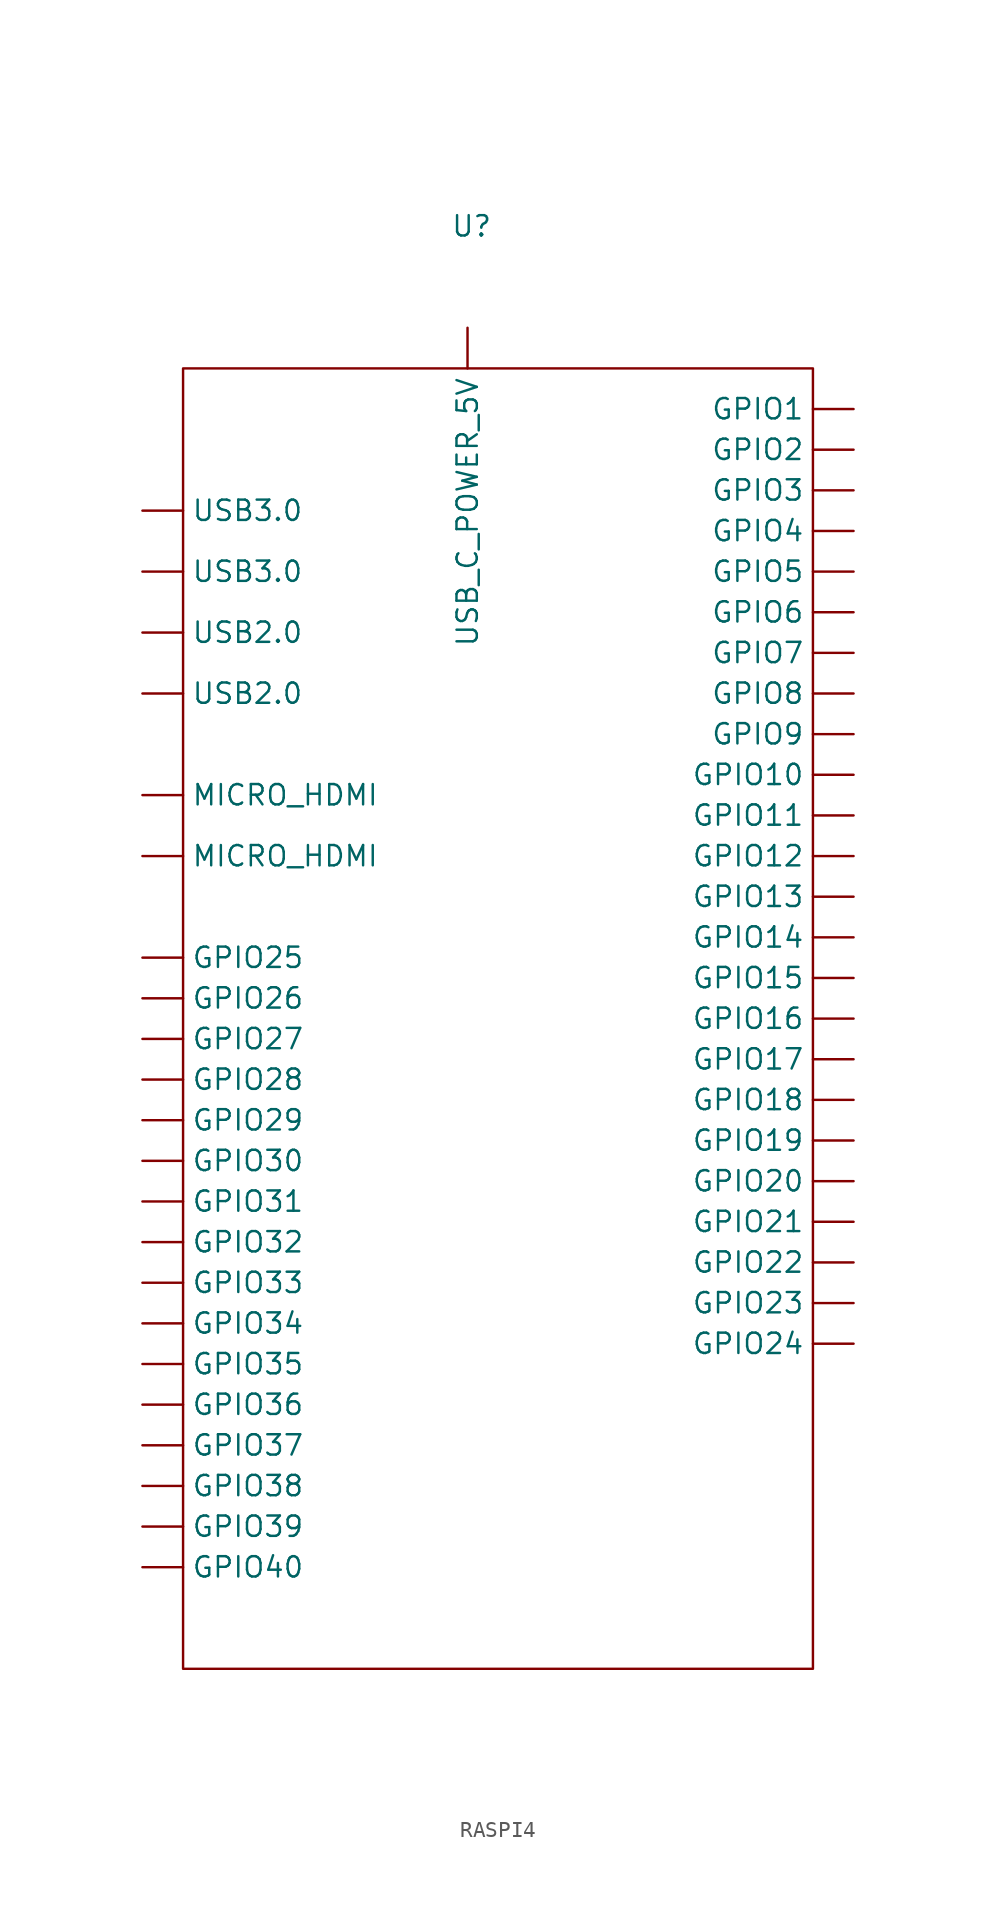
<source format=kicad_sym>
(kicad_symbol_lib
  (version 20231120)
  (generator "kicad_symbol_editor")
  (generator_version "8.0")
  (symbol "RASPI4"
    (property "Reference" "U"
      (at -14.986 5.08 0)
      (effects (font (size 1.27 1.27))))
    (property "Value" ""
      (at -4.064 -1.016 0)
      (effects (font (size 1.27 1.27))))
    (symbol "RASPI4_0_1"
      (rectangle (start -33.02 -3.81) (end 6.35 -85.09) (stroke (width 0) (type default)) (fill (type none))))
    (symbol "RASPI4_1_1"
      (pin input line (at 8.89 -6.35 180) (length 2.54) (name "GPIO1" (effects (font (size 1.27 1.27)))) (number "" (effects (font (size 1.27 1.27)))))
      (pin input line (at 8.89 -29.21 180) (length 2.54) (name "GPIO10" (effects (font (size 1.27 1.27)))) (number "" (effects (font (size 1.27 1.27)))))
      (pin input line (at 8.89 -31.75 180) (length 2.54) (name "GPIO11" (effects (font (size 1.27 1.27)))) (number "" (effects (font (size 1.27 1.27)))))
      (pin input line (at 8.89 -34.29 180) (length 2.54) (name "GPIO12" (effects (font (size 1.27 1.27)))) (number "" (effects (font (size 1.27 1.27)))))
      (pin input line (at 8.89 -36.83 180) (length 2.54) (name "GPIO13" (effects (font (size 1.27 1.27)))) (number "" (effects (font (size 1.27 1.27)))))
      (pin input line (at 8.89 -39.37 180) (length 2.54) (name "GPIO14" (effects (font (size 1.27 1.27)))) (number "" (effects (font (size 1.27 1.27)))))
      (pin input line (at 8.89 -41.91 180) (length 2.54) (name "GPIO15" (effects (font (size 1.27 1.27)))) (number "" (effects (font (size 1.27 1.27)))))
      (pin input line (at 8.89 -44.45 180) (length 2.54) (name "GPIO16" (effects (font (size 1.27 1.27)))) (number "" (effects (font (size 1.27 1.27)))))
      (pin input line (at 8.89 -46.99 180) (length 2.54) (name "GPIO17" (effects (font (size 1.27 1.27)))) (number "" (effects (font (size 1.27 1.27)))))
      (pin input line (at 8.89 -49.53 180) (length 2.54) (name "GPIO18" (effects (font (size 1.27 1.27)))) (number "" (effects (font (size 1.27 1.27)))))
      (pin input line (at 8.89 -52.07 180) (length 2.54) (name "GPIO19" (effects (font (size 1.27 1.27)))) (number "" (effects (font (size 1.27 1.27)))))
      (pin input line (at 8.89 -8.89 180) (length 2.54) (name "GPIO2" (effects (font (size 1.27 1.27)))) (number "" (effects (font (size 1.27 1.27)))))
      (pin input line (at 8.89 -54.61 180) (length 2.54) (name "GPIO20" (effects (font (size 1.27 1.27)))) (number "" (effects (font (size 1.27 1.27)))))
      (pin input line (at 8.89 -57.15 180) (length 2.54) (name "GPIO21" (effects (font (size 1.27 1.27)))) (number "" (effects (font (size 1.27 1.27)))))
      (pin input line (at 8.89 -59.69 180) (length 2.54) (name "GPIO22" (effects (font (size 1.27 1.27)))) (number "" (effects (font (size 1.27 1.27)))))
      (pin input line (at 8.89 -62.23 180) (length 2.54) (name "GPIO23" (effects (font (size 1.27 1.27)))) (number "" (effects (font (size 1.27 1.27)))))
      (pin input line (at 8.89 -64.77 180) (length 2.54) (name "GPIO24" (effects (font (size 1.27 1.27)))) (number "" (effects (font (size 1.27 1.27)))))
      (pin input line (at -35.56 -40.64 0) (length 2.54) (name "GPIO25" (effects (font (size 1.27 1.27)))) (number "" (effects (font (size 1.27 1.27)))))
      (pin input line (at -35.56 -43.18 0) (length 2.54) (name "GPIO26" (effects (font (size 1.27 1.27)))) (number "" (effects (font (size 1.27 1.27)))))
      (pin input line (at -35.56 -45.72 0) (length 2.54) (name "GPIO27" (effects (font (size 1.27 1.27)))) (number "" (effects (font (size 1.27 1.27)))))
      (pin input line (at -35.56 -48.26 0) (length 2.54) (name "GPIO28" (effects (font (size 1.27 1.27)))) (number "" (effects (font (size 1.27 1.27)))))
      (pin input line (at -35.56 -50.8 0) (length 2.54) (name "GPIO29" (effects (font (size 1.27 1.27)))) (number "" (effects (font (size 1.27 1.27)))))
      (pin input line (at 8.89 -11.43 180) (length 2.54) (name "GPIO3" (effects (font (size 1.27 1.27)))) (number "" (effects (font (size 1.27 1.27)))))
      (pin input line (at -35.56 -53.34 0) (length 2.54) (name "GPIO30" (effects (font (size 1.27 1.27)))) (number "" (effects (font (size 1.27 1.27)))))
      (pin input line (at -35.56 -55.88 0) (length 2.54) (name "GPIO31" (effects (font (size 1.27 1.27)))) (number "" (effects (font (size 1.27 1.27)))))
      (pin input line (at -35.56 -58.42 0) (length 2.54) (name "GPIO32" (effects (font (size 1.27 1.27)))) (number "" (effects (font (size 1.27 1.27)))))
      (pin input line (at -35.56 -60.96 0) (length 2.54) (name "GPIO33" (effects (font (size 1.27 1.27)))) (number "" (effects (font (size 1.27 1.27)))))
      (pin input line (at -35.56 -63.5 0) (length 2.54) (name "GPIO34" (effects (font (size 1.27 1.27)))) (number "" (effects (font (size 1.27 1.27)))))
      (pin input line (at -35.56 -66.04 0) (length 2.54) (name "GPIO35" (effects (font (size 1.27 1.27)))) (number "" (effects (font (size 1.27 1.27)))))
      (pin input line (at -35.56 -68.58 0) (length 2.54) (name "GPIO36" (effects (font (size 1.27 1.27)))) (number "" (effects (font (size 1.27 1.27)))))
      (pin input line (at -35.56 -71.12 0) (length 2.54) (name "GPIO37" (effects (font (size 1.27 1.27)))) (number "" (effects (font (size 1.27 1.27)))))
      (pin input line (at -35.56 -73.66 0) (length 2.54) (name "GPIO38" (effects (font (size 1.27 1.27)))) (number "" (effects (font (size 1.27 1.27)))))
      (pin input line (at -35.56 -76.2 0) (length 2.54) (name "GPIO39" (effects (font (size 1.27 1.27)))) (number "" (effects (font (size 1.27 1.27)))))
      (pin input line (at 8.89 -13.97 180) (length 2.54) (name "GPIO4" (effects (font (size 1.27 1.27)))) (number "" (effects (font (size 1.27 1.27)))))
      (pin input line (at -35.56 -78.74 0) (length 2.54) (name "GPIO40" (effects (font (size 1.27 1.27)))) (number "" (effects (font (size 1.27 1.27)))))
      (pin input line (at 8.89 -16.51 180) (length 2.54) (name "GPIO5" (effects (font (size 1.27 1.27)))) (number "" (effects (font (size 1.27 1.27)))))
      (pin input line (at 8.89 -19.05 180) (length 2.54) (name "GPIO6" (effects (font (size 1.27 1.27)))) (number "" (effects (font (size 1.27 1.27)))))
      (pin input line (at 8.89 -21.59 180) (length 2.54) (name "GPIO7" (effects (font (size 1.27 1.27)))) (number "" (effects (font (size 1.27 1.27)))))
      (pin input line (at 8.89 -24.13 180) (length 2.54) (name "GPIO8" (effects (font (size 1.27 1.27)))) (number "" (effects (font (size 1.27 1.27)))))
      (pin input line (at 8.89 -26.67 180) (length 2.54) (name "GPIO9" (effects (font (size 1.27 1.27)))) (number "" (effects (font (size 1.27 1.27)))))
      (pin input line (at -35.56 -34.29 0) (length 2.54) (name "MICRO_HDMI" (effects (font (size 1.27 1.27)))) (number "" (effects (font (size 1.27 1.27)))))
      (pin input line (at -35.56 -30.48 0) (length 2.54) (name "MICRO_HDMI" (effects (font (size 1.27 1.27)))) (number "" (effects (font (size 1.27 1.27)))))
      (pin input line (at -35.56 -24.13 0) (length 2.54) (name "USB2.0" (effects (font (size 1.27 1.27)))) (number "" (effects (font (size 1.27 1.27)))))
      (pin input line (at -35.56 -20.32 0) (length 2.54) (name "USB2.0" (effects (font (size 1.27 1.27)))) (number "" (effects (font (size 1.27 1.27)))))
      (pin input line (at -35.56 -16.51 0) (length 2.54) (name "USB3.0" (effects (font (size 1.27 1.27)))) (number "" (effects (font (size 1.27 1.27)))))
      (pin input line (at -35.56 -12.7 0) (length 2.54) (name "USB3.0" (effects (font (size 1.27 1.27)))) (number "" (effects (font (size 1.27 1.27)))))
      (pin input line (at -15.24 -1.27 270) (length 2.54) (name "USB_C_POWER_5V" (effects (font (size 1.27 1.27)))) (number "" (effects (font (size 1.27 1.27))))))))
</source>
